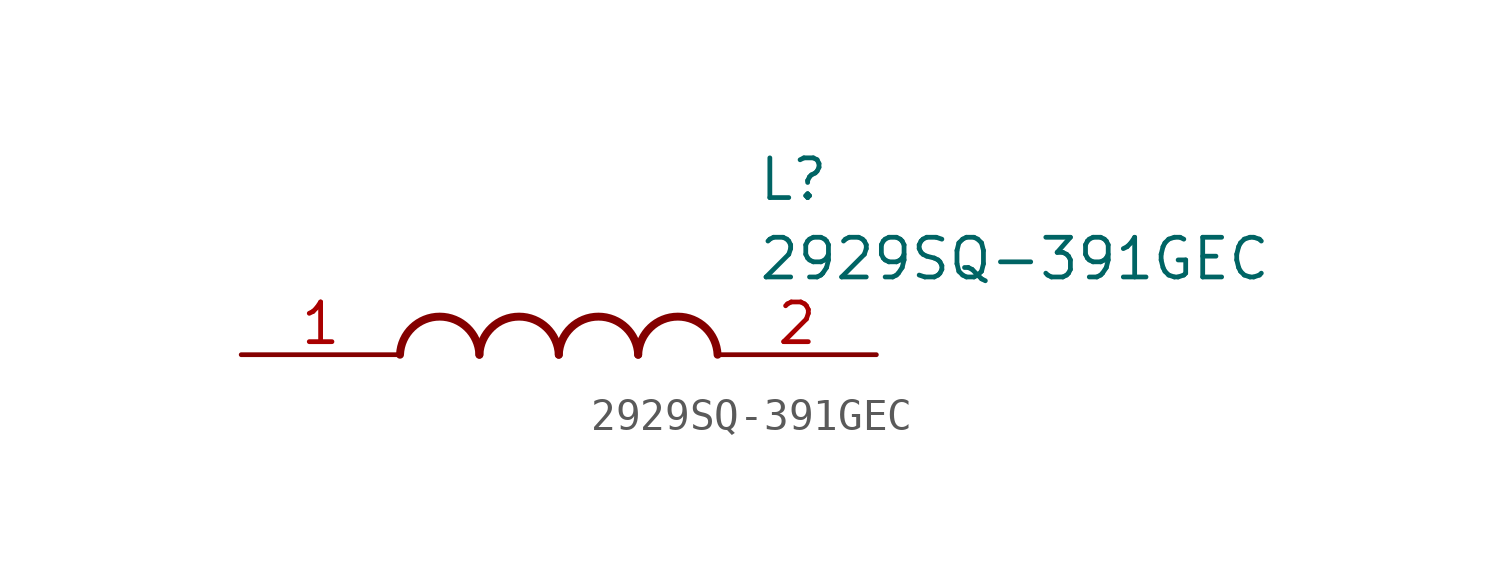
<source format=kicad_sym>
(kicad_symbol_lib
  (version 20211014)
  (generator SamacSys_ECAD_Model)
  (symbol "2929SQ-391GEC"
    (pin_names hide)
    (property "Reference" "L"
      (at 16.51 6.35 0)
      (effects (font (size 1.27 1.27)) (justify left top)))
    (property "Value" "2929SQ-391GEC"
      (at 16.51 3.81 0)
      (effects (font (size 1.27 1.27)) (justify left top)))
    (arc
      (start 7.62 0)
      (mid 6.35 1.219)
      (end 5.08 0)
      (stroke (width 0.254) (type default))
      (fill (type none)))
    (arc
      (start 10.16 0)
      (mid 8.89 1.219)
      (end 7.62 0)
      (stroke (width 0.254) (type default))
      (fill (type none)))
    (arc
      (start 12.7 0)
      (mid 11.43 1.219)
      (end 10.16 0)
      (stroke (width 0.254) (type default))
      (fill (type none)))
    (arc
      (start 15.24 0)
      (mid 13.97 1.219)
      (end 12.7 0)
      (stroke (width 0.254) (type default))
      (fill (type none)))
    (pin passive line
      (at 0 0 0)
      (length 5.08)
      (name "1" (effects (font (size 1.27 1.27))))
      (number "1" (effects (font (size 1.27 1.27)))))
    (pin passive line
      (at 20.32 0 180)
      (length 5.08)
      (name "2" (effects (font (size 1.27 1.27))))
      (number "2" (effects (font (size 1.27 1.27)))))))
</source>
